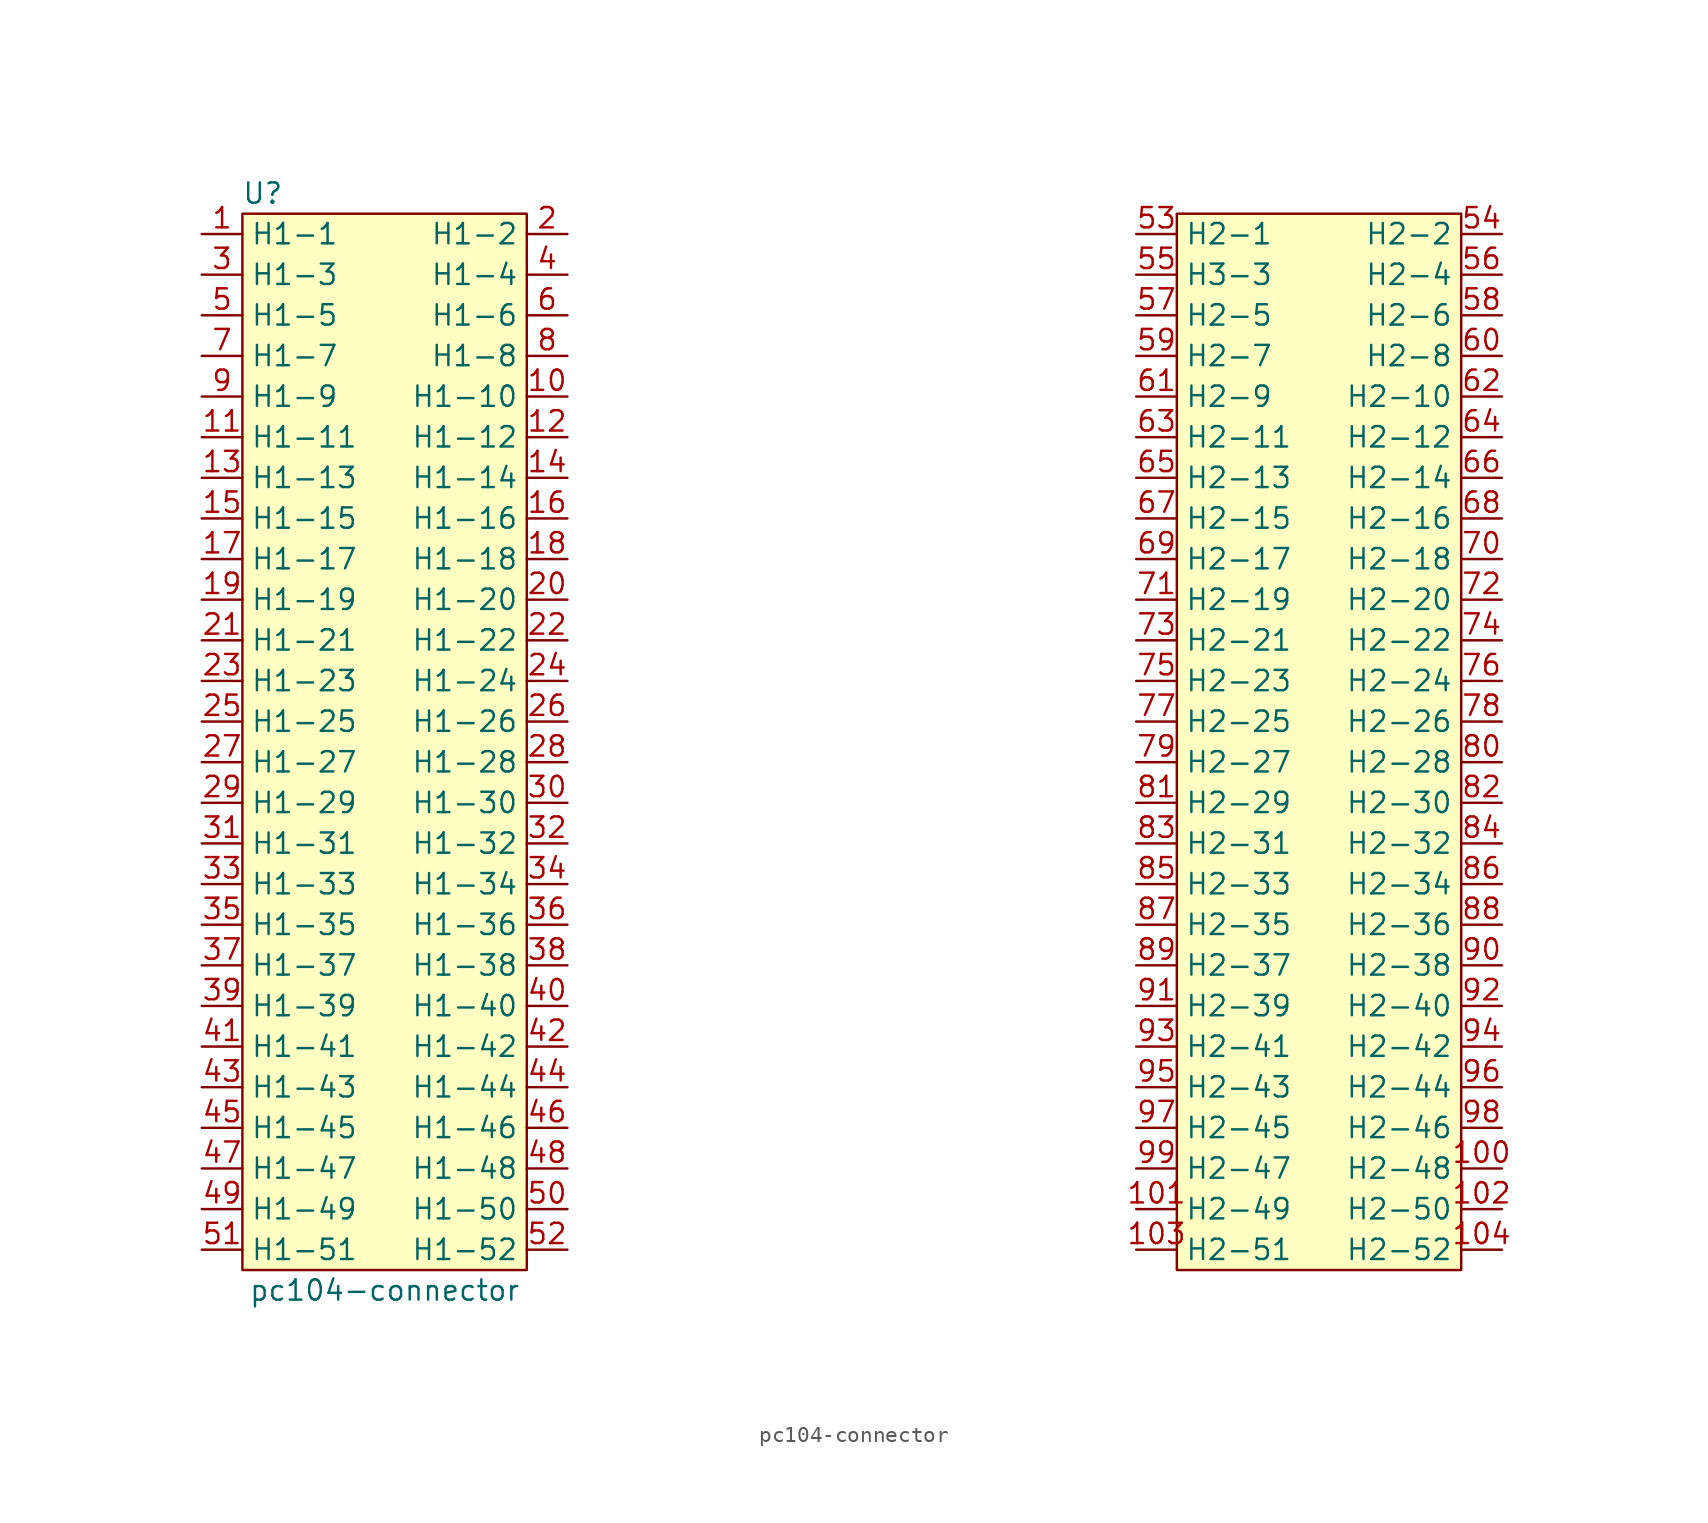
<source format=kicad_sym>
(kicad_symbol_lib
  (version 20211014)
  (generator kicad_symbol_editor)
  (symbol "pc104-connector"
    (property "Reference" "U"
      (at -36.83 36.83 0)
      (effects (font (size 1.27 1.27))))
    (property "Value" "pc104-connector"
      (at -29.21 -31.75 0)
      (effects (font (size 1.27 1.27))))
    (symbol "pc104-connector_0_1"
      (rectangle (start -38.1 35.56) (end -20.32 -30.48) (stroke (width 0) (type default) (color 0 0 0 0)) (fill (type background)))
      (rectangle (start 20.32 35.56) (end 38.1 -30.48) (stroke (width 0) (type default) (color 0 0 0 0)) (fill (type background))))
    (symbol "pc104-connector_1_1"
      (pin bidirectional line (at -40.64 34.29 0) (length 2.54) (name "H1-1" (effects (font (size 1.27 1.27)))) (number "1" (effects (font (size 1.27 1.27)))))
      (pin bidirectional line (at -17.78 24.13 180) (length 2.54) (name "H1-10" (effects (font (size 1.27 1.27)))) (number "10" (effects (font (size 1.27 1.27)))))
      (pin bidirectional line (at 40.64 -24.13 180) (length 2.54) (name "H2-48" (effects (font (size 1.27 1.27)))) (number "100" (effects (font (size 1.27 1.27)))))
      (pin bidirectional line (at 17.78 -26.67 0) (length 2.54) (name "H2-49" (effects (font (size 1.27 1.27)))) (number "101" (effects (font (size 1.27 1.27)))))
      (pin bidirectional line (at 40.64 -26.67 180) (length 2.54) (name "H2-50" (effects (font (size 1.27 1.27)))) (number "102" (effects (font (size 1.27 1.27)))))
      (pin bidirectional line (at 17.78 -29.21 0) (length 2.54) (name "H2-51" (effects (font (size 1.27 1.27)))) (number "103" (effects (font (size 1.27 1.27)))))
      (pin bidirectional line (at 40.64 -29.21 180) (length 2.54) (name "H2-52" (effects (font (size 1.27 1.27)))) (number "104" (effects (font (size 1.27 1.27)))))
      (pin bidirectional line (at -40.64 21.59 0) (length 2.54) (name "H1-11" (effects (font (size 1.27 1.27)))) (number "11" (effects (font (size 1.27 1.27)))))
      (pin bidirectional line (at -17.78 21.59 180) (length 2.54) (name "H1-12" (effects (font (size 1.27 1.27)))) (number "12" (effects (font (size 1.27 1.27)))))
      (pin bidirectional line (at -40.64 19.05 0) (length 2.54) (name "H1-13" (effects (font (size 1.27 1.27)))) (number "13" (effects (font (size 1.27 1.27)))))
      (pin bidirectional line (at -17.78 19.05 180) (length 2.54) (name "H1-14" (effects (font (size 1.27 1.27)))) (number "14" (effects (font (size 1.27 1.27)))))
      (pin bidirectional line (at -40.64 16.51 0) (length 2.54) (name "H1-15" (effects (font (size 1.27 1.27)))) (number "15" (effects (font (size 1.27 1.27)))))
      (pin bidirectional line (at -17.78 16.51 180) (length 2.54) (name "H1-16" (effects (font (size 1.27 1.27)))) (number "16" (effects (font (size 1.27 1.27)))))
      (pin bidirectional line (at -40.64 13.97 0) (length 2.54) (name "H1-17" (effects (font (size 1.27 1.27)))) (number "17" (effects (font (size 1.27 1.27)))))
      (pin bidirectional line (at -17.78 13.97 180) (length 2.54) (name "H1-18" (effects (font (size 1.27 1.27)))) (number "18" (effects (font (size 1.27 1.27)))))
      (pin bidirectional line (at -40.64 11.43 0) (length 2.54) (name "H1-19" (effects (font (size 1.27 1.27)))) (number "19" (effects (font (size 1.27 1.27)))))
      (pin bidirectional line (at -17.78 34.29 180) (length 2.54) (name "H1-2" (effects (font (size 1.27 1.27)))) (number "2" (effects (font (size 1.27 1.27)))))
      (pin bidirectional line (at -17.78 11.43 180) (length 2.54) (name "H1-20" (effects (font (size 1.27 1.27)))) (number "20" (effects (font (size 1.27 1.27)))))
      (pin bidirectional line (at -40.64 8.89 0) (length 2.54) (name "H1-21" (effects (font (size 1.27 1.27)))) (number "21" (effects (font (size 1.27 1.27)))))
      (pin bidirectional line (at -17.78 8.89 180) (length 2.54) (name "H1-22" (effects (font (size 1.27 1.27)))) (number "22" (effects (font (size 1.27 1.27)))))
      (pin bidirectional line (at -40.64 6.35 0) (length 2.54) (name "H1-23" (effects (font (size 1.27 1.27)))) (number "23" (effects (font (size 1.27 1.27)))))
      (pin bidirectional line (at -17.78 6.35 180) (length 2.54) (name "H1-24" (effects (font (size 1.27 1.27)))) (number "24" (effects (font (size 1.27 1.27)))))
      (pin bidirectional line (at -40.64 3.81 0) (length 2.54) (name "H1-25" (effects (font (size 1.27 1.27)))) (number "25" (effects (font (size 1.27 1.27)))))
      (pin bidirectional line (at -17.78 3.81 180) (length 2.54) (name "H1-26" (effects (font (size 1.27 1.27)))) (number "26" (effects (font (size 1.27 1.27)))))
      (pin bidirectional line (at -40.64 1.27 0) (length 2.54) (name "H1-27" (effects (font (size 1.27 1.27)))) (number "27" (effects (font (size 1.27 1.27)))))
      (pin bidirectional line (at -17.78 1.27 180) (length 2.54) (name "H1-28" (effects (font (size 1.27 1.27)))) (number "28" (effects (font (size 1.27 1.27)))))
      (pin bidirectional line (at -40.64 -1.27 0) (length 2.54) (name "H1-29" (effects (font (size 1.27 1.27)))) (number "29" (effects (font (size 1.27 1.27)))))
      (pin bidirectional line (at -40.64 31.75 0) (length 2.54) (name "H1-3" (effects (font (size 1.27 1.27)))) (number "3" (effects (font (size 1.27 1.27)))))
      (pin bidirectional line (at -17.78 -1.27 180) (length 2.54) (name "H1-30" (effects (font (size 1.27 1.27)))) (number "30" (effects (font (size 1.27 1.27)))))
      (pin bidirectional line (at -40.64 -3.81 0) (length 2.54) (name "H1-31" (effects (font (size 1.27 1.27)))) (number "31" (effects (font (size 1.27 1.27)))))
      (pin bidirectional line (at -17.78 -3.81 180) (length 2.54) (name "H1-32" (effects (font (size 1.27 1.27)))) (number "32" (effects (font (size 1.27 1.27)))))
      (pin bidirectional line (at -40.64 -6.35 0) (length 2.54) (name "H1-33" (effects (font (size 1.27 1.27)))) (number "33" (effects (font (size 1.27 1.27)))))
      (pin bidirectional line (at -17.78 -6.35 180) (length 2.54) (name "H1-34" (effects (font (size 1.27 1.27)))) (number "34" (effects (font (size 1.27 1.27)))))
      (pin bidirectional line (at -40.64 -8.89 0) (length 2.54) (name "H1-35" (effects (font (size 1.27 1.27)))) (number "35" (effects (font (size 1.27 1.27)))))
      (pin bidirectional line (at -17.78 -8.89 180) (length 2.54) (name "H1-36" (effects (font (size 1.27 1.27)))) (number "36" (effects (font (size 1.27 1.27)))))
      (pin bidirectional line (at -40.64 -11.43 0) (length 2.54) (name "H1-37" (effects (font (size 1.27 1.27)))) (number "37" (effects (font (size 1.27 1.27)))))
      (pin bidirectional line (at -17.78 -11.43 180) (length 2.54) (name "H1-38" (effects (font (size 1.27 1.27)))) (number "38" (effects (font (size 1.27 1.27)))))
      (pin bidirectional line (at -40.64 -13.97 0) (length 2.54) (name "H1-39" (effects (font (size 1.27 1.27)))) (number "39" (effects (font (size 1.27 1.27)))))
      (pin bidirectional line (at -17.78 31.75 180) (length 2.54) (name "H1-4" (effects (font (size 1.27 1.27)))) (number "4" (effects (font (size 1.27 1.27)))))
      (pin bidirectional line (at -17.78 -13.97 180) (length 2.54) (name "H1-40" (effects (font (size 1.27 1.27)))) (number "40" (effects (font (size 1.27 1.27)))))
      (pin bidirectional line (at -40.64 -16.51 0) (length 2.54) (name "H1-41" (effects (font (size 1.27 1.27)))) (number "41" (effects (font (size 1.27 1.27)))))
      (pin bidirectional line (at -17.78 -16.51 180) (length 2.54) (name "H1-42" (effects (font (size 1.27 1.27)))) (number "42" (effects (font (size 1.27 1.27)))))
      (pin bidirectional line (at -40.64 -19.05 0) (length 2.54) (name "H1-43" (effects (font (size 1.27 1.27)))) (number "43" (effects (font (size 1.27 1.27)))))
      (pin bidirectional line (at -17.78 -19.05 180) (length 2.54) (name "H1-44" (effects (font (size 1.27 1.27)))) (number "44" (effects (font (size 1.27 1.27)))))
      (pin bidirectional line (at -40.64 -21.59 0) (length 2.54) (name "H1-45" (effects (font (size 1.27 1.27)))) (number "45" (effects (font (size 1.27 1.27)))))
      (pin bidirectional line (at -17.78 -21.59 180) (length 2.54) (name "H1-46" (effects (font (size 1.27 1.27)))) (number "46" (effects (font (size 1.27 1.27)))))
      (pin bidirectional line (at -40.64 -24.13 0) (length 2.54) (name "H1-47" (effects (font (size 1.27 1.27)))) (number "47" (effects (font (size 1.27 1.27)))))
      (pin bidirectional line (at -17.78 -24.13 180) (length 2.54) (name "H1-48" (effects (font (size 1.27 1.27)))) (number "48" (effects (font (size 1.27 1.27)))))
      (pin bidirectional line (at -40.64 -26.67 0) (length 2.54) (name "H1-49" (effects (font (size 1.27 1.27)))) (number "49" (effects (font (size 1.27 1.27)))))
      (pin bidirectional line (at -40.64 29.21 0) (length 2.54) (name "H1-5" (effects (font (size 1.27 1.27)))) (number "5" (effects (font (size 1.27 1.27)))))
      (pin bidirectional line (at -17.78 -26.67 180) (length 2.54) (name "H1-50" (effects (font (size 1.27 1.27)))) (number "50" (effects (font (size 1.27 1.27)))))
      (pin bidirectional line (at -40.64 -29.21 0) (length 2.54) (name "H1-51" (effects (font (size 1.27 1.27)))) (number "51" (effects (font (size 1.27 1.27)))))
      (pin bidirectional line (at -17.78 -29.21 180) (length 2.54) (name "H1-52" (effects (font (size 1.27 1.27)))) (number "52" (effects (font (size 1.27 1.27)))))
      (pin bidirectional line (at 17.78 34.29 0) (length 2.54) (name "H2-1" (effects (font (size 1.27 1.27)))) (number "53" (effects (font (size 1.27 1.27)))))
      (pin bidirectional line (at 40.64 34.29 180) (length 2.54) (name "H2-2" (effects (font (size 1.27 1.27)))) (number "54" (effects (font (size 1.27 1.27)))))
      (pin bidirectional line (at 17.78 31.75 0) (length 2.54) (name "H3-3" (effects (font (size 1.27 1.27)))) (number "55" (effects (font (size 1.27 1.27)))))
      (pin bidirectional line (at 40.64 31.75 180) (length 2.54) (name "H2-4" (effects (font (size 1.27 1.27)))) (number "56" (effects (font (size 1.27 1.27)))))
      (pin bidirectional line (at 17.78 29.21 0) (length 2.54) (name "H2-5" (effects (font (size 1.27 1.27)))) (number "57" (effects (font (size 1.27 1.27)))))
      (pin bidirectional line (at 40.64 29.21 180) (length 2.54) (name "H2-6" (effects (font (size 1.27 1.27)))) (number "58" (effects (font (size 1.27 1.27)))))
      (pin bidirectional line (at 17.78 26.67 0) (length 2.54) (name "H2-7" (effects (font (size 1.27 1.27)))) (number "59" (effects (font (size 1.27 1.27)))))
      (pin bidirectional line (at -17.78 29.21 180) (length 2.54) (name "H1-6" (effects (font (size 1.27 1.27)))) (number "6" (effects (font (size 1.27 1.27)))))
      (pin bidirectional line (at 40.64 26.67 180) (length 2.54) (name "H2-8" (effects (font (size 1.27 1.27)))) (number "60" (effects (font (size 1.27 1.27)))))
      (pin bidirectional line (at 17.78 24.13 0) (length 2.54) (name "H2-9" (effects (font (size 1.27 1.27)))) (number "61" (effects (font (size 1.27 1.27)))))
      (pin bidirectional line (at 40.64 24.13 180) (length 2.54) (name "H2-10" (effects (font (size 1.27 1.27)))) (number "62" (effects (font (size 1.27 1.27)))))
      (pin bidirectional line (at 17.78 21.59 0) (length 2.54) (name "H2-11" (effects (font (size 1.27 1.27)))) (number "63" (effects (font (size 1.27 1.27)))))
      (pin bidirectional line (at 40.64 21.59 180) (length 2.54) (name "H2-12" (effects (font (size 1.27 1.27)))) (number "64" (effects (font (size 1.27 1.27)))))
      (pin bidirectional line (at 17.78 19.05 0) (length 2.54) (name "H2-13" (effects (font (size 1.27 1.27)))) (number "65" (effects (font (size 1.27 1.27)))))
      (pin bidirectional line (at 40.64 19.05 180) (length 2.54) (name "H2-14" (effects (font (size 1.27 1.27)))) (number "66" (effects (font (size 1.27 1.27)))))
      (pin bidirectional line (at 17.78 16.51 0) (length 2.54) (name "H2-15" (effects (font (size 1.27 1.27)))) (number "67" (effects (font (size 1.27 1.27)))))
      (pin bidirectional line (at 40.64 16.51 180) (length 2.54) (name "H2-16" (effects (font (size 1.27 1.27)))) (number "68" (effects (font (size 1.27 1.27)))))
      (pin bidirectional line (at 17.78 13.97 0) (length 2.54) (name "H2-17" (effects (font (size 1.27 1.27)))) (number "69" (effects (font (size 1.27 1.27)))))
      (pin bidirectional line (at -40.64 26.67 0) (length 2.54) (name "H1-7" (effects (font (size 1.27 1.27)))) (number "7" (effects (font (size 1.27 1.27)))))
      (pin bidirectional line (at 40.64 13.97 180) (length 2.54) (name "H2-18" (effects (font (size 1.27 1.27)))) (number "70" (effects (font (size 1.27 1.27)))))
      (pin bidirectional line (at 17.78 11.43 0) (length 2.54) (name "H2-19" (effects (font (size 1.27 1.27)))) (number "71" (effects (font (size 1.27 1.27)))))
      (pin bidirectional line (at 40.64 11.43 180) (length 2.54) (name "H2-20" (effects (font (size 1.27 1.27)))) (number "72" (effects (font (size 1.27 1.27)))))
      (pin bidirectional line (at 17.78 8.89 0) (length 2.54) (name "H2-21" (effects (font (size 1.27 1.27)))) (number "73" (effects (font (size 1.27 1.27)))))
      (pin bidirectional line (at 40.64 8.89 180) (length 2.54) (name "H2-22" (effects (font (size 1.27 1.27)))) (number "74" (effects (font (size 1.27 1.27)))))
      (pin bidirectional line (at 17.78 6.35 0) (length 2.54) (name "H2-23" (effects (font (size 1.27 1.27)))) (number "75" (effects (font (size 1.27 1.27)))))
      (pin bidirectional line (at 40.64 6.35 180) (length 2.54) (name "H2-24" (effects (font (size 1.27 1.27)))) (number "76" (effects (font (size 1.27 1.27)))))
      (pin bidirectional line (at 17.78 3.81 0) (length 2.54) (name "H2-25" (effects (font (size 1.27 1.27)))) (number "77" (effects (font (size 1.27 1.27)))))
      (pin bidirectional line (at 40.64 3.81 180) (length 2.54) (name "H2-26" (effects (font (size 1.27 1.27)))) (number "78" (effects (font (size 1.27 1.27)))))
      (pin bidirectional line (at 17.78 1.27 0) (length 2.54) (name "H2-27" (effects (font (size 1.27 1.27)))) (number "79" (effects (font (size 1.27 1.27)))))
      (pin bidirectional line (at -17.78 26.67 180) (length 2.54) (name "H1-8" (effects (font (size 1.27 1.27)))) (number "8" (effects (font (size 1.27 1.27)))))
      (pin bidirectional line (at 40.64 1.27 180) (length 2.54) (name "H2-28" (effects (font (size 1.27 1.27)))) (number "80" (effects (font (size 1.27 1.27)))))
      (pin bidirectional line (at 17.78 -1.27 0) (length 2.54) (name "H2-29" (effects (font (size 1.27 1.27)))) (number "81" (effects (font (size 1.27 1.27)))))
      (pin bidirectional line (at 40.64 -1.27 180) (length 2.54) (name "H2-30" (effects (font (size 1.27 1.27)))) (number "82" (effects (font (size 1.27 1.27)))))
      (pin bidirectional line (at 17.78 -3.81 0) (length 2.54) (name "H2-31" (effects (font (size 1.27 1.27)))) (number "83" (effects (font (size 1.27 1.27)))))
      (pin bidirectional line (at 40.64 -3.81 180) (length 2.54) (name "H2-32" (effects (font (size 1.27 1.27)))) (number "84" (effects (font (size 1.27 1.27)))))
      (pin bidirectional line (at 17.78 -6.35 0) (length 2.54) (name "H2-33" (effects (font (size 1.27 1.27)))) (number "85" (effects (font (size 1.27 1.27)))))
      (pin bidirectional line (at 40.64 -6.35 180) (length 2.54) (name "H2-34" (effects (font (size 1.27 1.27)))) (number "86" (effects (font (size 1.27 1.27)))))
      (pin bidirectional line (at 17.78 -8.89 0) (length 2.54) (name "H2-35" (effects (font (size 1.27 1.27)))) (number "87" (effects (font (size 1.27 1.27)))))
      (pin bidirectional line (at 40.64 -8.89 180) (length 2.54) (name "H2-36" (effects (font (size 1.27 1.27)))) (number "88" (effects (font (size 1.27 1.27)))))
      (pin bidirectional line (at 17.78 -11.43 0) (length 2.54) (name "H2-37" (effects (font (size 1.27 1.27)))) (number "89" (effects (font (size 1.27 1.27)))))
      (pin bidirectional line (at -40.64 24.13 0) (length 2.54) (name "H1-9" (effects (font (size 1.27 1.27)))) (number "9" (effects (font (size 1.27 1.27)))))
      (pin bidirectional line (at 40.64 -11.43 180) (length 2.54) (name "H2-38" (effects (font (size 1.27 1.27)))) (number "90" (effects (font (size 1.27 1.27)))))
      (pin bidirectional line (at 17.78 -13.97 0) (length 2.54) (name "H2-39" (effects (font (size 1.27 1.27)))) (number "91" (effects (font (size 1.27 1.27)))))
      (pin bidirectional line (at 40.64 -13.97 180) (length 2.54) (name "H2-40" (effects (font (size 1.27 1.27)))) (number "92" (effects (font (size 1.27 1.27)))))
      (pin bidirectional line (at 17.78 -16.51 0) (length 2.54) (name "H2-41" (effects (font (size 1.27 1.27)))) (number "93" (effects (font (size 1.27 1.27)))))
      (pin bidirectional line (at 40.64 -16.51 180) (length 2.54) (name "H2-42" (effects (font (size 1.27 1.27)))) (number "94" (effects (font (size 1.27 1.27)))))
      (pin bidirectional line (at 17.78 -19.05 0) (length 2.54) (name "H2-43" (effects (font (size 1.27 1.27)))) (number "95" (effects (font (size 1.27 1.27)))))
      (pin bidirectional line (at 40.64 -19.05 180) (length 2.54) (name "H2-44" (effects (font (size 1.27 1.27)))) (number "96" (effects (font (size 1.27 1.27)))))
      (pin bidirectional line (at 17.78 -21.59 0) (length 2.54) (name "H2-45" (effects (font (size 1.27 1.27)))) (number "97" (effects (font (size 1.27 1.27)))))
      (pin bidirectional line (at 40.64 -21.59 180) (length 2.54) (name "H2-46" (effects (font (size 1.27 1.27)))) (number "98" (effects (font (size 1.27 1.27)))))
      (pin bidirectional line (at 17.78 -24.13 0) (length 2.54) (name "H2-47" (effects (font (size 1.27 1.27)))) (number "99" (effects (font (size 1.27 1.27))))))))
</source>
